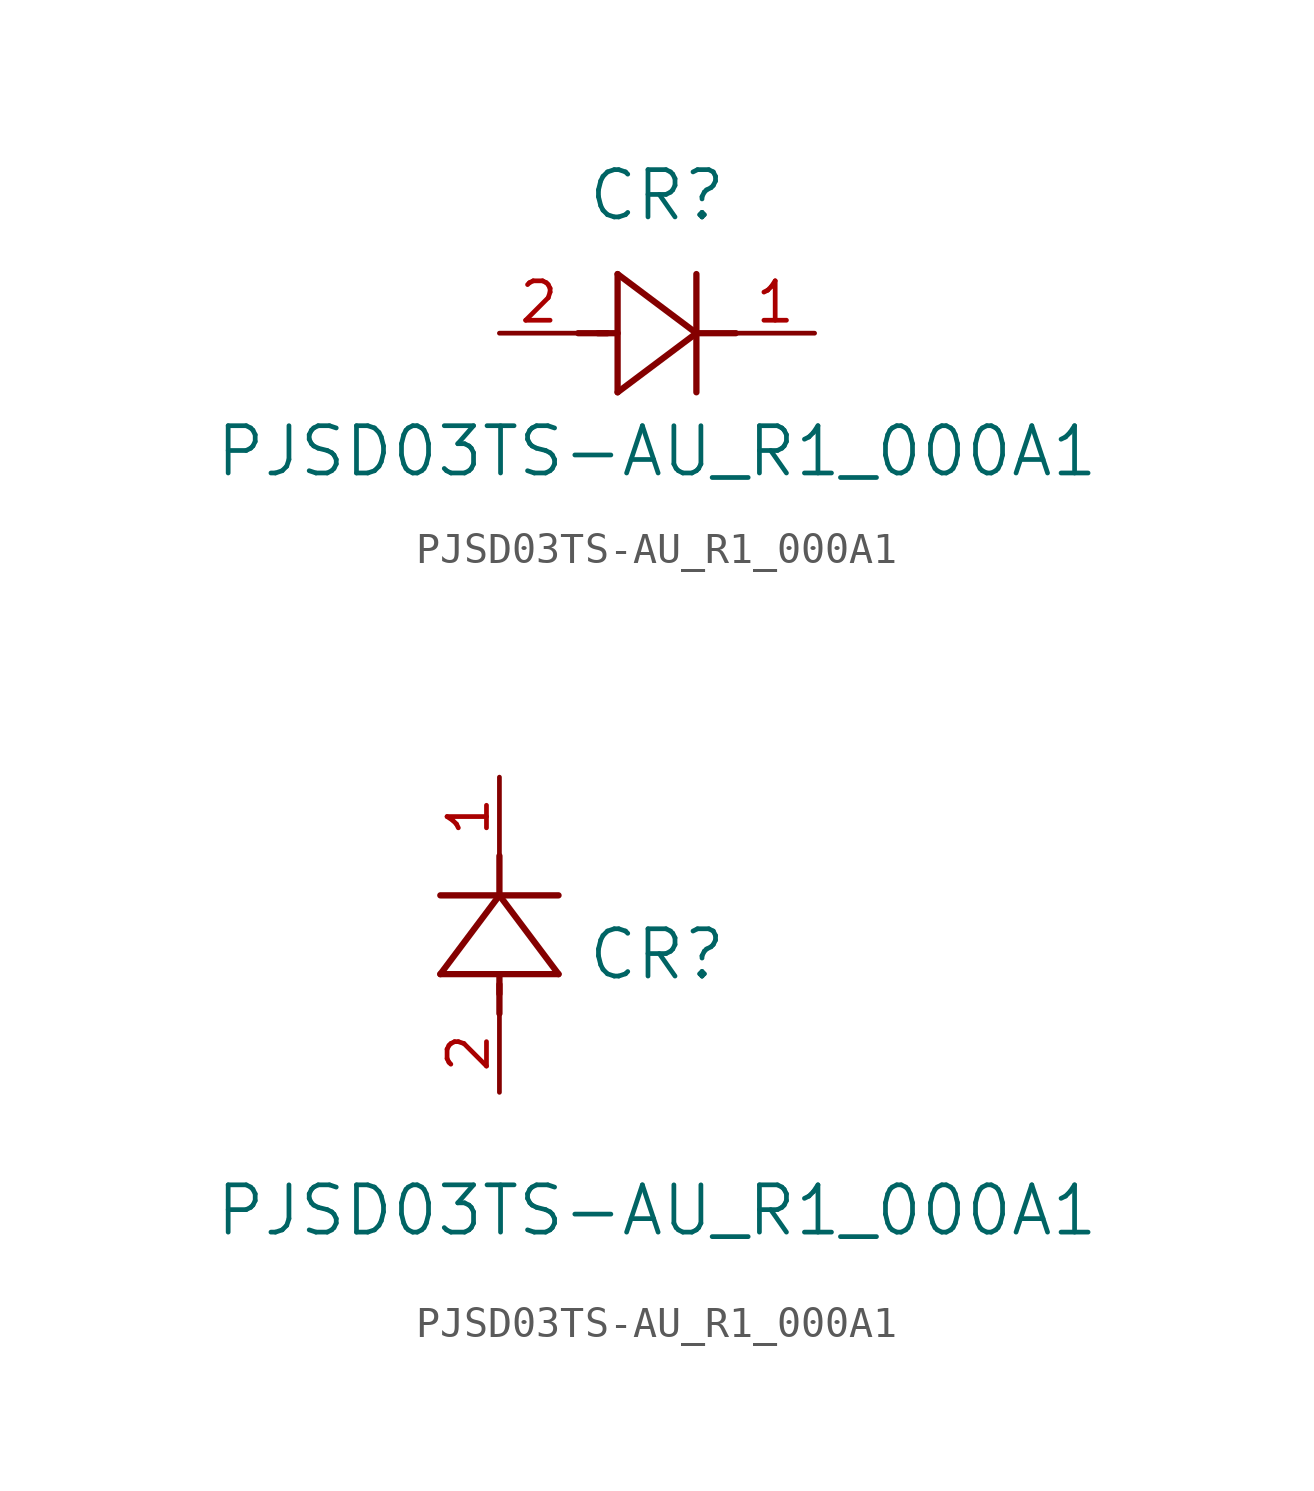
<source format=kicad_sym>
(kicad_symbol_lib
  (version 20211014)
  (generator kicad_symbol_editor)
  (symbol "PJSD03TS-AU_R1_000A1"
    (pin_names
      (offset 0.254))
    (property "Reference" "CR"
      (at 5.08 4.445 0)
      (effects (font (size 1.524 1.524))))
    (property "Value" "PJSD03TS-AU_R1_000A1"
      (at 5.08 -3.81 0)
      (effects (font (size 1.524 1.524))))
    (symbol "PJSD03TS-AU_R1_000A1_1_1"
      (polyline (pts (xy 2.54 0) (xy 3.48 0)) (stroke (width 0.203) (type default) (color 0 0 0 0)) (fill (type none)))
      (polyline (pts (xy 3.81 1.905) (xy 3.81 -1.905)) (stroke (width 0.203) (type default) (color 0 0 0 0)) (fill (type none)))
      (polyline (pts (xy 3.175 0) (xy 3.81 0)) (stroke (width 0.203) (type default) (color 0 0 0 0)) (fill (type none)))
      (polyline (pts (xy 6.35 -1.905) (xy 6.35 1.905)) (stroke (width 0.203) (type default) (color 0 0 0 0)) (fill (type none)))
      (polyline (pts (xy 6.35 0) (xy 7.62 0)) (stroke (width 0.203) (type default) (color 0 0 0 0)) (fill (type none)))
      (polyline (pts (xy 6.35 0) (xy 3.81 1.905)) (stroke (width 0.203) (type default) (color 0 0 0 0)) (fill (type none)))
      (polyline (pts (xy 3.81 -1.905) (xy 6.35 0)) (stroke (width 0.203) (type default) (color 0 0 0 0)) (fill (type none)))
      (pin unspecified line (at 0 0 0) (length 2.54) (name "" (effects (font (size 1.27 1.27)))) (number "2" (effects (font (size 1.27 1.27)))))
      (pin unspecified line (at 10.16 0 180) (length 2.54) (name "" (effects (font (size 1.27 1.27)))) (number "1" (effects (font (size 1.27 1.27))))))
    (symbol "PJSD03TS-AU_R1_000A1_1_2"
      (polyline (pts (xy 0 2.54) (xy 0 3.48)) (stroke (width 0.203) (type default) (color 0 0 0 0)) (fill (type none)))
      (polyline (pts (xy -1.905 3.81) (xy 1.905 3.81)) (stroke (width 0.203) (type default) (color 0 0 0 0)) (fill (type none)))
      (polyline (pts (xy 0 3.175) (xy 0 3.81)) (stroke (width 0.203) (type default) (color 0 0 0 0)) (fill (type none)))
      (polyline (pts (xy 1.905 6.35) (xy -1.905 6.35)) (stroke (width 0.203) (type default) (color 0 0 0 0)) (fill (type none)))
      (polyline (pts (xy 0 6.35) (xy 0 7.62)) (stroke (width 0.203) (type default) (color 0 0 0 0)) (fill (type none)))
      (polyline (pts (xy 0 6.35) (xy -1.905 3.81)) (stroke (width 0.203) (type default) (color 0 0 0 0)) (fill (type none)))
      (polyline (pts (xy 1.905 3.81) (xy 0 6.35)) (stroke (width 0.203) (type default) (color 0 0 0 0)) (fill (type none)))
      (pin unspecified line (at 0 0 90) (length 2.54) (name "" (effects (font (size 1.27 1.27)))) (number "2" (effects (font (size 1.27 1.27)))))
      (pin unspecified line (at 0 10.16 270) (length 2.54) (name "" (effects (font (size 1.27 1.27)))) (number "1" (effects (font (size 1.27 1.27))))))))
</source>
